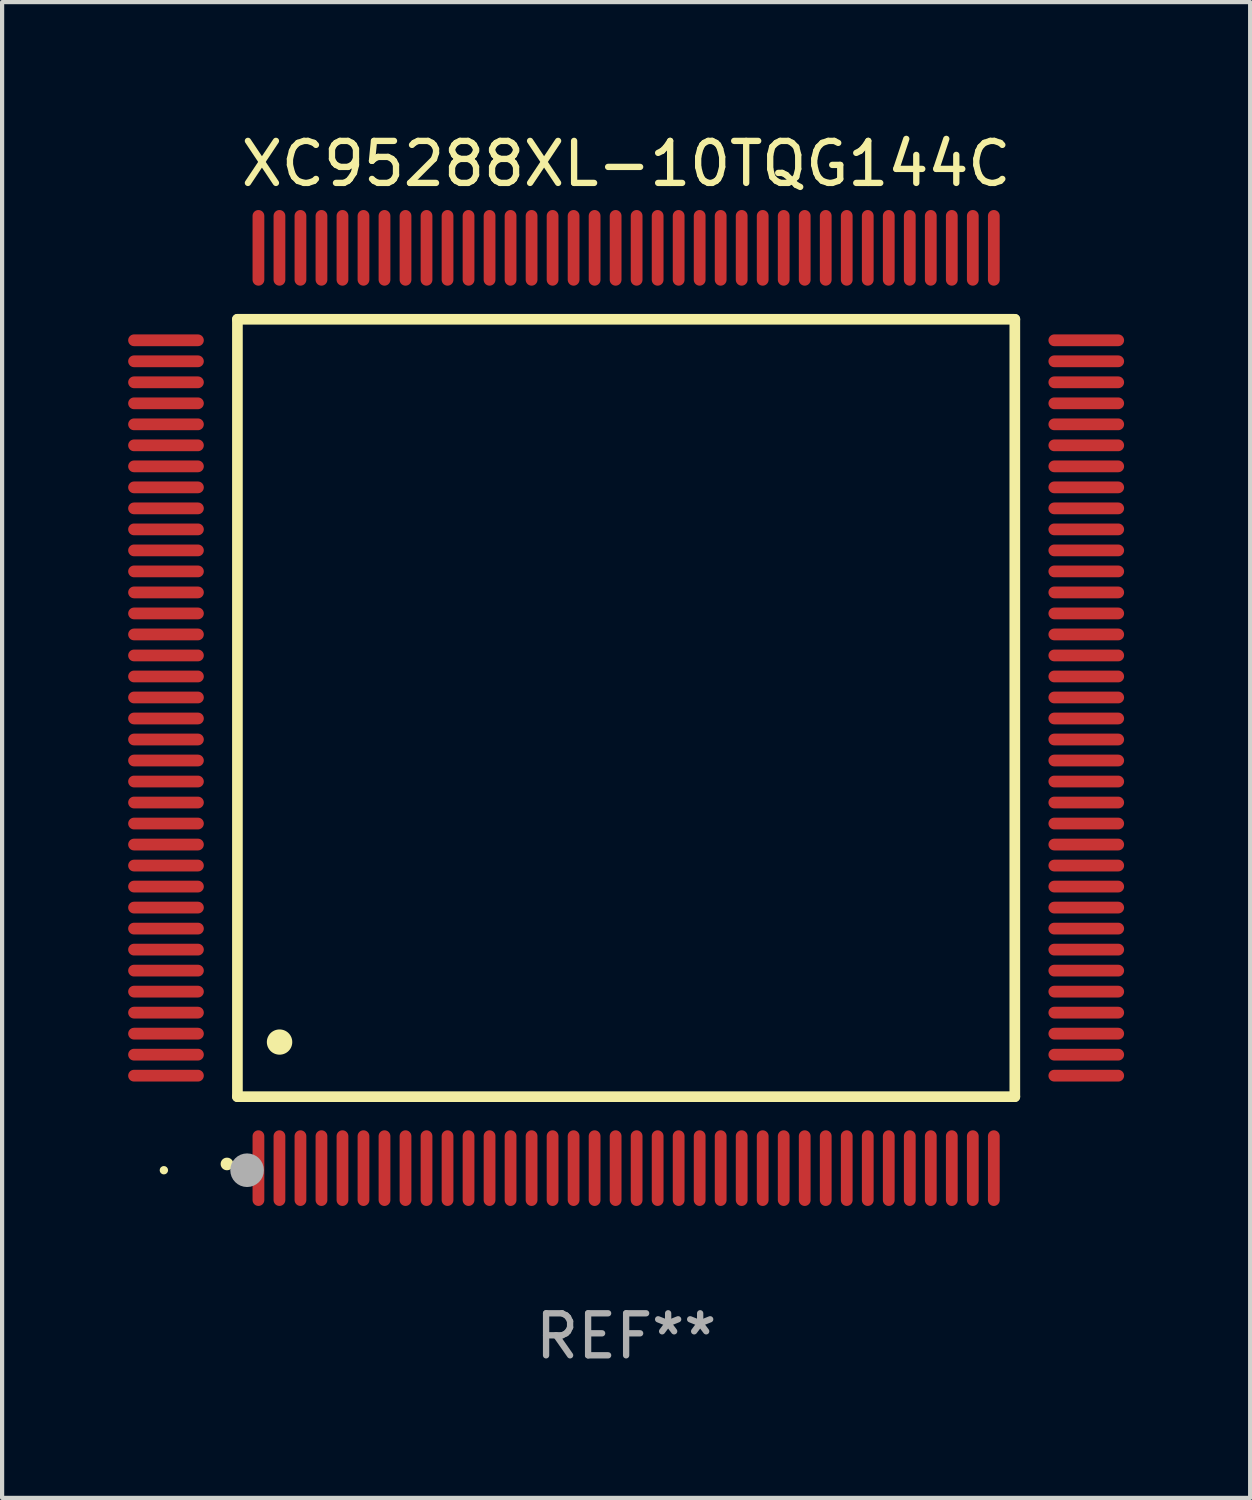
<source format=kicad_pcb>
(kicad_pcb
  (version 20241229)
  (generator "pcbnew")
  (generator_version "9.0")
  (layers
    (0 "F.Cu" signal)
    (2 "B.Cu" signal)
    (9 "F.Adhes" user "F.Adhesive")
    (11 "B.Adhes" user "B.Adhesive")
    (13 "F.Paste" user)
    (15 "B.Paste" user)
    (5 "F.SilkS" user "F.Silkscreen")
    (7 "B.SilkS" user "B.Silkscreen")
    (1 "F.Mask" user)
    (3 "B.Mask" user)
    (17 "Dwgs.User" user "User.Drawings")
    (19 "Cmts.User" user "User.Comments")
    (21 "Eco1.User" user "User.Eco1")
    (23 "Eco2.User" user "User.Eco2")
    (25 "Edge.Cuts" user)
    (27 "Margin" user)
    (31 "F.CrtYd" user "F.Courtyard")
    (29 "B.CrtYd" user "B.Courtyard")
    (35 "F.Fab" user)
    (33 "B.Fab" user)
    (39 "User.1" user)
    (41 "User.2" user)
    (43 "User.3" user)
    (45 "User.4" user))
  (footprint "XC95288XL-10TQG144C"
    (layer "F.Cu")
    (at 11.85 13.798)
    (property "Reference" "XC95288XL-10TQG144C" (at 0 -12.95 0) (layer "F.SilkS") (effects (font (size 1 1) (thickness 0.15))))
    (attr through_hole)
    (fp_line (start -9.25 -9.25) (end -9.25 9.25) (stroke (width 0.254) (type solid)) (layer "F.SilkS"))
    (fp_line (start -9.25 9.25) (end 9.25 9.25) (stroke (width 0.254) (type solid)) (layer "F.SilkS"))
    (fp_line (start 9.25 -9.25) (end -9.25 -9.25) (stroke (width 0.254) (type solid)) (layer "F.SilkS"))
    (fp_line (start 9.25 9.25) (end 9.25 -9.25) (stroke (width 0.254) (type solid)) (layer "F.SilkS"))
    (fp_arc (start -9.499619 10.850902) (mid -9.498349 10.850897) (end -9.497079 10.850902) (stroke (width 0.3) (type solid)) (layer "F.SilkS"))
    (fp_arc (start -8.249936 7.950216) (mid -8.247396 7.950205) (end -8.244856 7.950216) (stroke (width 0.6) (type solid)) (layer "F.SilkS"))
    (fp_circle (center -11 11) (end -10.95 11) (stroke (width 0.1) (type solid)) (fill no) (layer "F.SilkS"))
    (fp_circle (center -9.02 11) (end -8.82 11) (stroke (width 0.4) (type solid)) (fill no) (layer "F.Fab"))
    (fp_text user "REF**" (at 0 14.95 0) (layer "F.Fab") (effects (font (size 1 1) (thickness 0.15))))
    (pad "1" smd oval (at -8.75 10.95) (size 0.28 1.8) (layers "F.Cu" "F.Mask" "F.Paste"))
    (pad "2" smd oval (at -8.25 10.95) (size 0.28 1.8) (layers "F.Cu" "F.Mask" "F.Paste"))
    (pad "3" smd oval (at -7.75 10.95) (size 0.28 1.8) (layers "F.Cu" "F.Mask" "F.Paste"))
    (pad "4" smd oval (at -7.25 10.95) (size 0.28 1.8) (layers "F.Cu" "F.Mask" "F.Paste"))
    (pad "5" smd oval (at -6.75 10.95) (size 0.28 1.8) (layers "F.Cu" "F.Mask" "F.Paste"))
    (pad "6" smd oval (at -6.25 10.95) (size 0.28 1.8) (layers "F.Cu" "F.Mask" "F.Paste"))
    (pad "7" smd oval (at -5.75 10.95) (size 0.28 1.8) (layers "F.Cu" "F.Mask" "F.Paste"))
    (pad "8" smd oval (at -5.25 10.95) (size 0.28 1.8) (layers "F.Cu" "F.Mask" "F.Paste"))
    (pad "9" smd oval (at -4.75 10.95) (size 0.28 1.8) (layers "F.Cu" "F.Mask" "F.Paste"))
    (pad "10" smd oval (at -4.25 10.95) (size 0.28 1.8) (layers "F.Cu" "F.Mask" "F.Paste"))
    (pad "11" smd oval (at -3.75 10.95) (size 0.28 1.8) (layers "F.Cu" "F.Mask" "F.Paste"))
    (pad "12" smd oval (at -3.25 10.95) (size 0.28 1.8) (layers "F.Cu" "F.Mask" "F.Paste"))
    (pad "13" smd oval (at -2.75 10.95) (size 0.28 1.8) (layers "F.Cu" "F.Mask" "F.Paste"))
    (pad "14" smd oval (at -2.25 10.95) (size 0.28 1.8) (layers "F.Cu" "F.Mask" "F.Paste"))
    (pad "15" smd oval (at -1.75 10.95) (size 0.28 1.8) (layers "F.Cu" "F.Mask" "F.Paste"))
    (pad "16" smd oval (at -1.25 10.95) (size 0.28 1.8) (layers "F.Cu" "F.Mask" "F.Paste"))
    (pad "17" smd oval (at -0.75 10.95) (size 0.28 1.8) (layers "F.Cu" "F.Mask" "F.Paste"))
    (pad "18" smd oval (at -0.25 10.95) (size 0.28 1.8) (layers "F.Cu" "F.Mask" "F.Paste"))
    (pad "19" smd oval (at 0.25 10.95) (size 0.28 1.8) (layers "F.Cu" "F.Mask" "F.Paste"))
    (pad "20" smd oval (at 0.75 10.95) (size 0.28 1.8) (layers "F.Cu" "F.Mask" "F.Paste"))
    (pad "21" smd oval (at 1.25 10.95) (size 0.28 1.8) (layers "F.Cu" "F.Mask" "F.Paste"))
    (pad "22" smd oval (at 1.75 10.95) (size 0.28 1.8) (layers "F.Cu" "F.Mask" "F.Paste"))
    (pad "23" smd oval (at 2.25 10.95) (size 0.28 1.8) (layers "F.Cu" "F.Mask" "F.Paste"))
    (pad "24" smd oval (at 2.75 10.95) (size 0.28 1.8) (layers "F.Cu" "F.Mask" "F.Paste"))
    (pad "25" smd oval (at 3.25 10.95) (size 0.28 1.8) (layers "F.Cu" "F.Mask" "F.Paste"))
    (pad "26" smd oval (at 3.75 10.95) (size 0.28 1.8) (layers "F.Cu" "F.Mask" "F.Paste"))
    (pad "27" smd oval (at 4.25 10.95) (size 0.28 1.8) (layers "F.Cu" "F.Mask" "F.Paste"))
    (pad "28" smd oval (at 4.75 10.95) (size 0.28 1.8) (layers "F.Cu" "F.Mask" "F.Paste"))
    (pad "29" smd oval (at 5.25 10.95) (size 0.28 1.8) (layers "F.Cu" "F.Mask" "F.Paste"))
    (pad "30" smd oval (at 5.75 10.95) (size 0.28 1.8) (layers "F.Cu" "F.Mask" "F.Paste"))
    (pad "31" smd oval (at 6.25 10.95) (size 0.28 1.8) (layers "F.Cu" "F.Mask" "F.Paste"))
    (pad "32" smd oval (at 6.75 10.95) (size 0.28 1.8) (layers "F.Cu" "F.Mask" "F.Paste"))
    (pad "33" smd oval (at 7.25 10.95) (size 0.28 1.8) (layers "F.Cu" "F.Mask" "F.Paste"))
    (pad "34" smd oval (at 7.75 10.95) (size 0.28 1.8) (layers "F.Cu" "F.Mask" "F.Paste"))
    (pad "35" smd oval (at 8.25 10.95) (size 0.28 1.8) (layers "F.Cu" "F.Mask" "F.Paste"))
    (pad "36" smd oval (at 8.75 10.95) (size 0.28 1.8) (layers "F.Cu" "F.Mask" "F.Paste"))
    (pad "37" smd oval (at 10.95 8.75) (size 1.8 0.28) (layers "F.Cu" "F.Mask" "F.Paste"))
    (pad "38" smd oval (at 10.95 8.25) (size 1.8 0.28) (layers "F.Cu" "F.Mask" "F.Paste"))
    (pad "39" smd oval (at 10.95 7.75) (size 1.8 0.28) (layers "F.Cu" "F.Mask" "F.Paste"))
    (pad "40" smd oval (at 10.95 7.25) (size 1.8 0.28) (layers "F.Cu" "F.Mask" "F.Paste"))
    (pad "41" smd oval (at 10.95 6.75) (size 1.8 0.28) (layers "F.Cu" "F.Mask" "F.Paste"))
    (pad "42" smd oval (at 10.95 6.25) (size 1.8 0.28) (layers "F.Cu" "F.Mask" "F.Paste"))
    (pad "43" smd oval (at 10.95 5.75) (size 1.8 0.28) (layers "F.Cu" "F.Mask" "F.Paste"))
    (pad "44" smd oval (at 10.95 5.25) (size 1.8 0.28) (layers "F.Cu" "F.Mask" "F.Paste"))
    (pad "45" smd oval (at 10.95 4.75) (size 1.8 0.28) (layers "F.Cu" "F.Mask" "F.Paste"))
    (pad "46" smd oval (at 10.95 4.25) (size 1.8 0.28) (layers "F.Cu" "F.Mask" "F.Paste"))
    (pad "47" smd oval (at 10.95 3.75) (size 1.8 0.28) (layers "F.Cu" "F.Mask" "F.Paste"))
    (pad "48" smd oval (at 10.95 3.25) (size 1.8 0.28) (layers "F.Cu" "F.Mask" "F.Paste"))
    (pad "49" smd oval (at 10.95 2.75) (size 1.8 0.28) (layers "F.Cu" "F.Mask" "F.Paste"))
    (pad "50" smd oval (at 10.95 2.25) (size 1.8 0.28) (layers "F.Cu" "F.Mask" "F.Paste"))
    (pad "51" smd oval (at 10.95 1.75) (size 1.8 0.28) (layers "F.Cu" "F.Mask" "F.Paste"))
    (pad "52" smd oval (at 10.95 1.25) (size 1.8 0.28) (layers "F.Cu" "F.Mask" "F.Paste"))
    (pad "53" smd oval (at 10.95 0.75) (size 1.8 0.28) (layers "F.Cu" "F.Mask" "F.Paste"))
    (pad "54" smd oval (at 10.95 0.25) (size 1.8 0.28) (layers "F.Cu" "F.Mask" "F.Paste"))
    (pad "55" smd oval (at 10.95 -0.25) (size 1.8 0.28) (layers "F.Cu" "F.Mask" "F.Paste"))
    (pad "56" smd oval (at 10.95 -0.75) (size 1.8 0.28) (layers "F.Cu" "F.Mask" "F.Paste"))
    (pad "57" smd oval (at 10.95 -1.25) (size 1.8 0.28) (layers "F.Cu" "F.Mask" "F.Paste"))
    (pad "58" smd oval (at 10.95 -1.75) (size 1.8 0.28) (layers "F.Cu" "F.Mask" "F.Paste"))
    (pad "59" smd oval (at 10.95 -2.25) (size 1.8 0.28) (layers "F.Cu" "F.Mask" "F.Paste"))
    (pad "60" smd oval (at 10.95 -2.75) (size 1.8 0.28) (layers "F.Cu" "F.Mask" "F.Paste"))
    (pad "61" smd oval (at 10.95 -3.25) (size 1.8 0.28) (layers "F.Cu" "F.Mask" "F.Paste"))
    (pad "62" smd oval (at 10.95 -3.75) (size 1.8 0.28) (layers "F.Cu" "F.Mask" "F.Paste"))
    (pad "63" smd oval (at 10.95 -4.25) (size 1.8 0.28) (layers "F.Cu" "F.Mask" "F.Paste"))
    (pad "64" smd oval (at 10.95 -4.75) (size 1.8 0.28) (layers "F.Cu" "F.Mask" "F.Paste"))
    (pad "65" smd oval (at 10.95 -5.25) (size 1.8 0.28) (layers "F.Cu" "F.Mask" "F.Paste"))
    (pad "66" smd oval (at 10.95 -5.75) (size 1.8 0.28) (layers "F.Cu" "F.Mask" "F.Paste"))
    (pad "67" smd oval (at 10.95 -6.25) (size 1.8 0.28) (layers "F.Cu" "F.Mask" "F.Paste"))
    (pad "68" smd oval (at 10.95 -6.75) (size 1.8 0.28) (layers "F.Cu" "F.Mask" "F.Paste"))
    (pad "69" smd oval (at 10.95 -7.25) (size 1.8 0.28) (layers "F.Cu" "F.Mask" "F.Paste"))
    (pad "70" smd oval (at 10.95 -7.75) (size 1.8 0.28) (layers "F.Cu" "F.Mask" "F.Paste"))
    (pad "71" smd oval (at 10.95 -8.25) (size 1.8 0.28) (layers "F.Cu" "F.Mask" "F.Paste"))
    (pad "72" smd oval (at 10.95 -8.75) (size 1.8 0.28) (layers "F.Cu" "F.Mask" "F.Paste"))
    (pad "73" smd oval (at 8.75 -10.95) (size 0.28 1.8) (layers "F.Cu" "F.Mask" "F.Paste"))
    (pad "74" smd oval (at 8.25 -10.95) (size 0.28 1.8) (layers "F.Cu" "F.Mask" "F.Paste"))
    (pad "75" smd oval (at 7.75 -10.95) (size 0.28 1.8) (layers "F.Cu" "F.Mask" "F.Paste"))
    (pad "76" smd oval (at 7.25 -10.95) (size 0.28 1.8) (layers "F.Cu" "F.Mask" "F.Paste"))
    (pad "77" smd oval (at 6.75 -10.95) (size 0.28 1.8) (layers "F.Cu" "F.Mask" "F.Paste"))
    (pad "78" smd oval (at 6.25 -10.95) (size 0.28 1.8) (layers "F.Cu" "F.Mask" "F.Paste"))
    (pad "79" smd oval (at 5.75 -10.95) (size 0.28 1.8) (layers "F.Cu" "F.Mask" "F.Paste"))
    (pad "80" smd oval (at 5.25 -10.95) (size 0.28 1.8) (layers "F.Cu" "F.Mask" "F.Paste"))
    (pad "81" smd oval (at 4.75 -10.95) (size 0.28 1.8) (layers "F.Cu" "F.Mask" "F.Paste"))
    (pad "82" smd oval (at 4.25 -10.95) (size 0.28 1.8) (layers "F.Cu" "F.Mask" "F.Paste"))
    (pad "83" smd oval (at 3.75 -10.95) (size 0.28 1.8) (layers "F.Cu" "F.Mask" "F.Paste"))
    (pad "84" smd oval (at 3.25 -10.95) (size 0.28 1.8) (layers "F.Cu" "F.Mask" "F.Paste"))
    (pad "85" smd oval (at 2.75 -10.95) (size 0.28 1.8) (layers "F.Cu" "F.Mask" "F.Paste"))
    (pad "86" smd oval (at 2.25 -10.95) (size 0.28 1.8) (layers "F.Cu" "F.Mask" "F.Paste"))
    (pad "87" smd oval (at 1.75 -10.95) (size 0.28 1.8) (layers "F.Cu" "F.Mask" "F.Paste"))
    (pad "88" smd oval (at 1.25 -10.95) (size 0.28 1.8) (layers "F.Cu" "F.Mask" "F.Paste"))
    (pad "89" smd oval (at 0.75 -10.95) (size 0.28 1.8) (layers "F.Cu" "F.Mask" "F.Paste"))
    (pad "90" smd oval (at 0.25 -10.95) (size 0.28 1.8) (layers "F.Cu" "F.Mask" "F.Paste"))
    (pad "91" smd oval (at -0.25 -10.95) (size 0.28 1.8) (layers "F.Cu" "F.Mask" "F.Paste"))
    (pad "92" smd oval (at -0.75 -10.95) (size 0.28 1.8) (layers "F.Cu" "F.Mask" "F.Paste"))
    (pad "93" smd oval (at -1.25 -10.95) (size 0.28 1.8) (layers "F.Cu" "F.Mask" "F.Paste"))
    (pad "94" smd oval (at -1.75 -10.95) (size 0.28 1.8) (layers "F.Cu" "F.Mask" "F.Paste"))
    (pad "95" smd oval (at -2.25 -10.95) (size 0.28 1.8) (layers "F.Cu" "F.Mask" "F.Paste"))
    (pad "96" smd oval (at -2.75 -10.95) (size 0.28 1.8) (layers "F.Cu" "F.Mask" "F.Paste"))
    (pad "97" smd oval (at -3.25 -10.95) (size 0.28 1.8) (layers "F.Cu" "F.Mask" "F.Paste"))
    (pad "98" smd oval (at -3.75 -10.95) (size 0.28 1.8) (layers "F.Cu" "F.Mask" "F.Paste"))
    (pad "99" smd oval (at -4.25 -10.95) (size 0.28 1.8) (layers "F.Cu" "F.Mask" "F.Paste"))
    (pad "100" smd oval (at -4.75 -10.95) (size 0.28 1.8) (layers "F.Cu" "F.Mask" "F.Paste"))
    (pad "101" smd oval (at -5.25 -10.95) (size 0.28 1.8) (layers "F.Cu" "F.Mask" "F.Paste"))
    (pad "102" smd oval (at -5.75 -10.95) (size 0.28 1.8) (layers "F.Cu" "F.Mask" "F.Paste"))
    (pad "103" smd oval (at -6.25 -10.95) (size 0.28 1.8) (layers "F.Cu" "F.Mask" "F.Paste"))
    (pad "104" smd oval (at -6.75 -10.95) (size 0.28 1.8) (layers "F.Cu" "F.Mask" "F.Paste"))
    (pad "105" smd oval (at -7.25 -10.95) (size 0.28 1.8) (layers "F.Cu" "F.Mask" "F.Paste"))
    (pad "106" smd oval (at -7.75 -10.95) (size 0.28 1.8) (layers "F.Cu" "F.Mask" "F.Paste"))
    (pad "107" smd oval (at -8.25 -10.95) (size 0.28 1.8) (layers "F.Cu" "F.Mask" "F.Paste"))
    (pad "108" smd oval (at -8.75 -10.95) (size 0.28 1.8) (layers "F.Cu" "F.Mask" "F.Paste"))
    (pad "109" smd oval (at -10.95 -8.75) (size 1.8 0.28) (layers "F.Cu" "F.Mask" "F.Paste"))
    (pad "110" smd oval (at -10.95 -8.25) (size 1.8 0.28) (layers "F.Cu" "F.Mask" "F.Paste"))
    (pad "111" smd oval (at -10.95 -7.75) (size 1.8 0.28) (layers "F.Cu" "F.Mask" "F.Paste"))
    (pad "112" smd oval (at -10.95 -7.25) (size 1.8 0.28) (layers "F.Cu" "F.Mask" "F.Paste"))
    (pad "113" smd oval (at -10.95 -6.75) (size 1.8 0.28) (layers "F.Cu" "F.Mask" "F.Paste"))
    (pad "114" smd oval (at -10.95 -6.25) (size 1.8 0.28) (layers "F.Cu" "F.Mask" "F.Paste"))
    (pad "115" smd oval (at -10.95 -5.75) (size 1.8 0.28) (layers "F.Cu" "F.Mask" "F.Paste"))
    (pad "116" smd oval (at -10.95 -5.25) (size 1.8 0.28) (layers "F.Cu" "F.Mask" "F.Paste"))
    (pad "117" smd oval (at -10.95 -4.75) (size 1.8 0.28) (layers "F.Cu" "F.Mask" "F.Paste"))
    (pad "118" smd oval (at -10.95 -4.25) (size 1.8 0.28) (layers "F.Cu" "F.Mask" "F.Paste"))
    (pad "119" smd oval (at -10.95 -3.75) (size 1.8 0.28) (layers "F.Cu" "F.Mask" "F.Paste"))
    (pad "120" smd oval (at -10.95 -3.25) (size 1.8 0.28) (layers "F.Cu" "F.Mask" "F.Paste"))
    (pad "121" smd oval (at -10.95 -2.75) (size 1.8 0.28) (layers "F.Cu" "F.Mask" "F.Paste"))
    (pad "122" smd oval (at -10.95 -2.25) (size 1.8 0.28) (layers "F.Cu" "F.Mask" "F.Paste"))
    (pad "123" smd oval (at -10.95 -1.75) (size 1.8 0.28) (layers "F.Cu" "F.Mask" "F.Paste"))
    (pad "124" smd oval (at -10.95 -1.25) (size 1.8 0.28) (layers "F.Cu" "F.Mask" "F.Paste"))
    (pad "125" smd oval (at -10.95 -0.75) (size 1.8 0.28) (layers "F.Cu" "F.Mask" "F.Paste"))
    (pad "126" smd oval (at -10.95 -0.25) (size 1.8 0.28) (layers "F.Cu" "F.Mask" "F.Paste"))
    (pad "127" smd oval (at -10.95 0.25) (size 1.8 0.28) (layers "F.Cu" "F.Mask" "F.Paste"))
    (pad "128" smd oval (at -10.95 0.75) (size 1.8 0.28) (layers "F.Cu" "F.Mask" "F.Paste"))
    (pad "129" smd oval (at -10.95 1.25) (size 1.8 0.28) (layers "F.Cu" "F.Mask" "F.Paste"))
    (pad "130" smd oval (at -10.95 1.75) (size 1.8 0.28) (layers "F.Cu" "F.Mask" "F.Paste"))
    (pad "131" smd oval (at -10.95 2.25) (size 1.8 0.28) (layers "F.Cu" "F.Mask" "F.Paste"))
    (pad "132" smd oval (at -10.95 2.75) (size 1.8 0.28) (layers "F.Cu" "F.Mask" "F.Paste"))
    (pad "133" smd oval (at -10.95 3.25) (size 1.8 0.28) (layers "F.Cu" "F.Mask" "F.Paste"))
    (pad "134" smd oval (at -10.95 3.75) (size 1.8 0.28) (layers "F.Cu" "F.Mask" "F.Paste"))
    (pad "135" smd oval (at -10.95 4.25) (size 1.8 0.28) (layers "F.Cu" "F.Mask" "F.Paste"))
    (pad "136" smd oval (at -10.95 4.75) (size 1.8 0.28) (layers "F.Cu" "F.Mask" "F.Paste"))
    (pad "137" smd oval (at -10.95 5.25) (size 1.8 0.28) (layers "F.Cu" "F.Mask" "F.Paste"))
    (pad "138" smd oval (at -10.95 5.75) (size 1.8 0.28) (layers "F.Cu" "F.Mask" "F.Paste"))
    (pad "139" smd oval (at -10.95 6.25) (size 1.8 0.28) (layers "F.Cu" "F.Mask" "F.Paste"))
    (pad "140" smd oval (at -10.95 6.75) (size 1.8 0.28) (layers "F.Cu" "F.Mask" "F.Paste"))
    (pad "141" smd oval (at -10.95 7.25) (size 1.8 0.28) (layers "F.Cu" "F.Mask" "F.Paste"))
    (pad "142" smd oval (at -10.95 7.75) (size 1.8 0.28) (layers "F.Cu" "F.Mask" "F.Paste"))
    (pad "143" smd oval (at -10.95 8.25) (size 1.8 0.28) (layers "F.Cu" "F.Mask" "F.Paste"))
    (pad "144" smd oval (at -10.95 8.75) (size 1.8 0.28) (layers "F.Cu" "F.Mask" "F.Paste")))
  (gr_rect
    (start -3 -3)
    (end 26.7 32.596)
    (stroke (width 0.1) (type default))
    (fill no)
    (layer "Edge.Cuts")))
</source>
